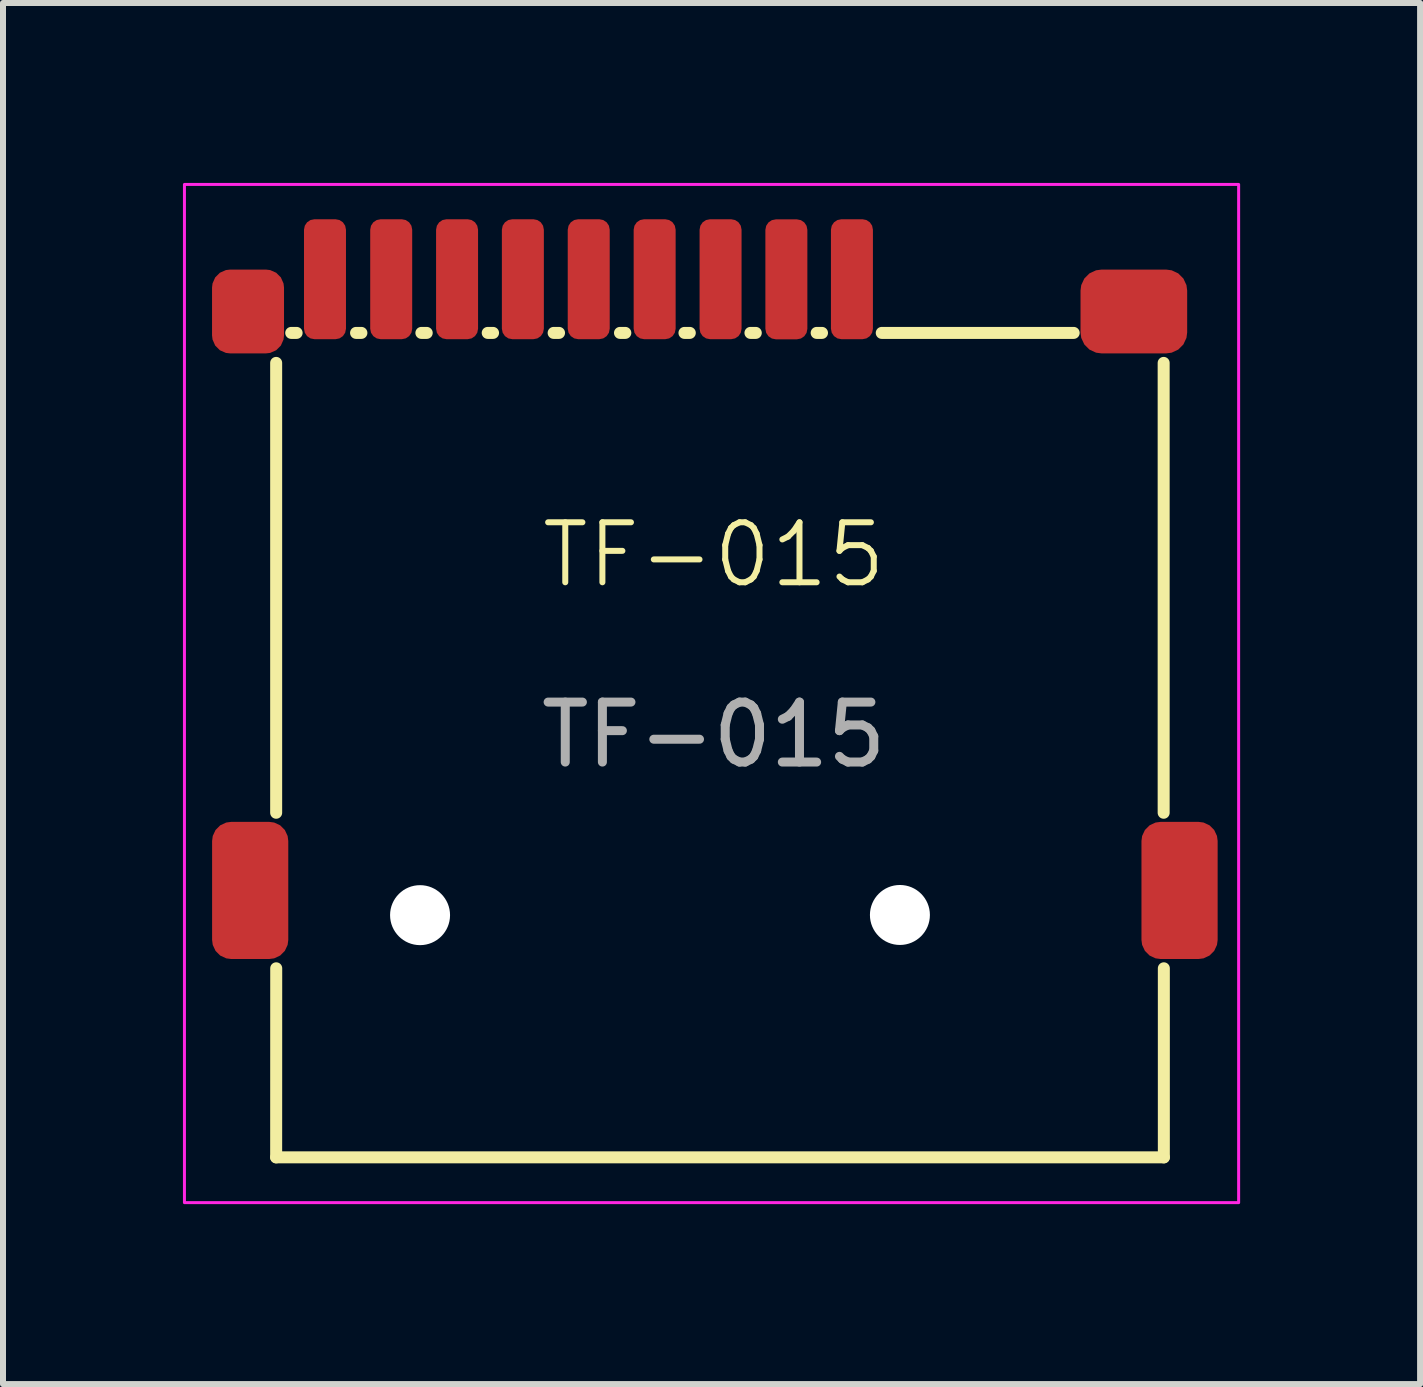
<source format=kicad_pcb>
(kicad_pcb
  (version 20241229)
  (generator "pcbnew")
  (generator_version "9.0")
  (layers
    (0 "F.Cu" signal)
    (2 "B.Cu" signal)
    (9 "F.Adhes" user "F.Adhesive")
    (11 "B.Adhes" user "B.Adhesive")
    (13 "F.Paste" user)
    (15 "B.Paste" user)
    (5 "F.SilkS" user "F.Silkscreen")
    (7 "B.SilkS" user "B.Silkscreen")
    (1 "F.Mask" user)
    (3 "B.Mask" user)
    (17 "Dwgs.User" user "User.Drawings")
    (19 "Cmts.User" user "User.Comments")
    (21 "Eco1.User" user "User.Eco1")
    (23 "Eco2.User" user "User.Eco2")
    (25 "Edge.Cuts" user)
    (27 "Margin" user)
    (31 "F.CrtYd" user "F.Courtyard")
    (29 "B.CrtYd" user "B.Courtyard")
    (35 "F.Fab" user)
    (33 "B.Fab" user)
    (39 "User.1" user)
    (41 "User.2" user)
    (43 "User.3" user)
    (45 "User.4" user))
  (footprint "TF-015"
    (layer "F.Cu")
    (at 8.85 6.7)
    (property "Reference" "TF-015" (at 0 -0.5 0) (unlocked yes) (layer "F.SilkS") (effects (font (size 1 1) (thickness 0.1))))
    (attr smd)
    (fp_line (start -7.296 -3.7) (end -7.296 3.8) (stroke (width 0.2) (type solid)) (layer "F.SilkS"))
    (fp_line (start -7.296 9.545) (end 7.503 9.545) (stroke (width 0.2) (type solid)) (layer "F.SilkS"))
    (fp_line (start -7.295 6.393) (end -7.296 9.545) (stroke (width 0.2) (type solid)) (layer "F.SilkS"))
    (fp_line (start -7.045 -4.2) (end -6.955 -4.2) (stroke (width 0.2) (type solid)) (layer "F.SilkS"))
    (fp_line (start -5.964 -4.2) (end -5.875 -4.2) (stroke (width 0.2) (type solid)) (layer "F.SilkS"))
    (fp_line (start -4.875 -4.2) (end -4.786 -4.2) (stroke (width 0.2) (type solid)) (layer "F.SilkS"))
    (fp_line (start -3.769 -4.2) (end -3.68 -4.2) (stroke (width 0.2) (type solid)) (layer "F.SilkS"))
    (fp_line (start -2.67 -4.2) (end -2.58 -4.2) (stroke (width 0.2) (type solid)) (layer "F.SilkS"))
    (fp_line (start -1.564 -4.2) (end -1.475 -4.2) (stroke (width 0.2) (type solid)) (layer "F.SilkS"))
    (fp_line (start -0.489 -4.2) (end -0.4 -4.2) (stroke (width 0.2) (type solid)) (layer "F.SilkS"))
    (fp_line (start 0.611 -4.2) (end 0.7 -4.2) (stroke (width 0.2) (type solid)) (layer "F.SilkS"))
    (fp_line (start 1.715 -4.2) (end 1.804 -4.2) (stroke (width 0.2) (type solid)) (layer "F.SilkS"))
    (fp_line (start 6 -4.2) (end 2.8 -4.2) (stroke (width 0.2) (type solid)) (layer "F.SilkS"))
    (fp_line (start 7.5 -3.7) (end 7.5 3.8) (stroke (width 0.2) (type solid)) (layer "F.SilkS"))
    (fp_line (start 7.503 9.545) (end 7.503 6.393) (stroke (width 0.2) (type solid)) (layer "F.SilkS"))
    (fp_rect (start -8.825 -6.675) (end 8.75 10.3) (stroke (width 0.05) (type default)) (fill no) (layer "F.CrtYd"))
    (fp_text user "${REFERENCE}" (at 0 2.5 0) (unlocked yes) (layer "F.Fab") (effects (font (size 1 1) (thickness 0.15))))
    (pad "" np_thru_hole circle (at -4.897 5.507) (size 1 1) (drill 1) (layers "*.Cu" "*.Mask"))
    (pad "" np_thru_hole circle (at 3.103 5.504) (size 1 1) (drill 1) (layers "*.Cu" "*.Mask"))
    (pad "1" smd roundrect (at 2.303 -5.095) (size 0.7 2) (layers "F.Cu" "F.Mask" "F.Paste") (roundrect_rratio 0.25))
    (pad "2" smd roundrect (at 1.21 -5.093) (size 0.7 2) (layers "F.Cu" "F.Mask" "F.Paste") (roundrect_rratio 0.25))
    (pad "3" smd roundrect (at 0.113 -5.095) (size 0.7 2) (layers "F.Cu" "F.Mask" "F.Paste") (roundrect_rratio 0.25))
    (pad "4" smd roundrect (at -0.986 -5.095) (size 0.7 2) (layers "F.Cu" "F.Mask" "F.Paste") (roundrect_rratio 0.25))
    (pad "5" smd roundrect (at -2.085 -5.095) (size 0.7 2) (layers "F.Cu" "F.Mask" "F.Paste") (roundrect_rratio 0.25))
    (pad "6" smd roundrect (at -3.183 -5.095) (size 0.7 2) (layers "F.Cu" "F.Mask" "F.Paste") (roundrect_rratio 0.25))
    (pad "7" smd roundrect (at -4.28 -5.095) (size 0.7 2) (layers "F.Cu" "F.Mask" "F.Paste") (roundrect_rratio 0.25))
    (pad "8" smd roundrect (at -5.378 -5.095) (size 0.7 2) (layers "F.Cu" "F.Mask" "F.Paste") (roundrect_rratio 0.25))
    (pad "9" smd roundrect (at -6.482 -5.095) (size 0.7 2) (layers "F.Cu" "F.Mask" "F.Paste") (roundrect_rratio 0.25))
    (pad "10" smd roundrect (at -7.765 -4.557) (size 1.2 1.397) (layers "F.Cu" "F.Mask" "F.Paste") (roundrect_rratio 0.25))
    (pad "11" smd roundrect (at -7.729 5.095) (size 1.27 2.286) (layers "F.Cu" "F.Mask" "F.Paste") (roundrect_rratio 0.25))
    (pad "12" smd roundrect (at 7.765 5.095) (size 1.27 2.286) (layers "F.Cu" "F.Mask" "F.Paste") (roundrect_rratio 0.25))
    (pad "13" smd roundrect (at 7.003 -4.557) (size 1.778 1.397) (layers "F.Cu" "F.Mask" "F.Paste") (roundrect_rratio 0.25)))
  (gr_rect
    (start -3 -3)
    (end 20.625 20.025)
    (stroke (width 0.1) (type default))
    (fill no)
    (layer "Edge.Cuts")))
</source>
